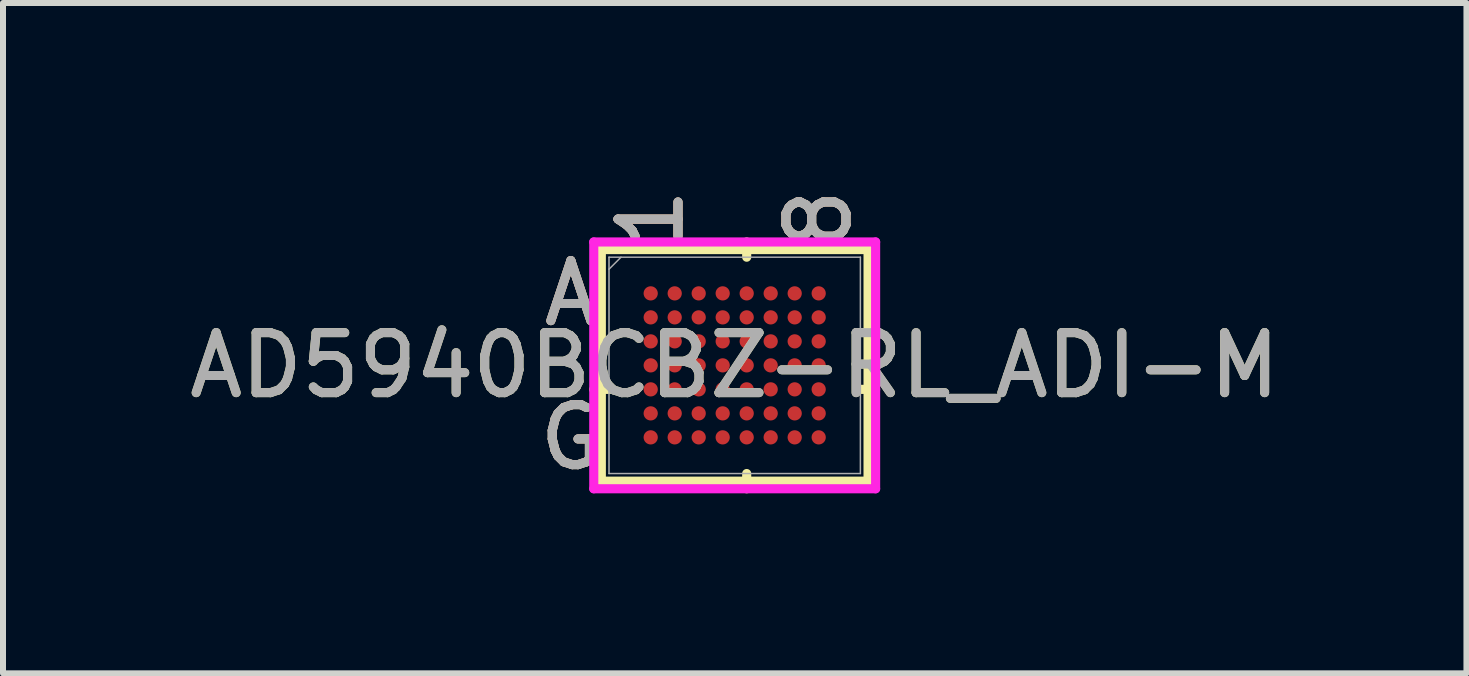
<source format=kicad_pcb>
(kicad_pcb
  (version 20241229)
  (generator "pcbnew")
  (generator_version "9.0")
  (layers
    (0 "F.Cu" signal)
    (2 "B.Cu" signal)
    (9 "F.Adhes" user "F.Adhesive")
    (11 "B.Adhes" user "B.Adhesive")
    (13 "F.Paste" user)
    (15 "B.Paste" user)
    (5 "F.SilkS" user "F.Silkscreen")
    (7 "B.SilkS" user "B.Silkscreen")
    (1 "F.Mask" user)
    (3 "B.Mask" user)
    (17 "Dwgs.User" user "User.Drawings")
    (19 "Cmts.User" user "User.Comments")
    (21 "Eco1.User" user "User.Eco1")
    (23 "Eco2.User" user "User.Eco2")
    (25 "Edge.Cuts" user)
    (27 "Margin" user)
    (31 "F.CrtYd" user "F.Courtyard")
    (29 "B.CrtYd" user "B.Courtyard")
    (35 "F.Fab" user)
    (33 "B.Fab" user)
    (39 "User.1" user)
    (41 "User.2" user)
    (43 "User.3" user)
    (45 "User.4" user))
  (footprint "AD5940BCBZ-RL_ADI-M"
    (layer "F.Cu")
    (at 9.196 3.04)
    (property "Reference" "AD5940BCBZ-RL_ADI-M" (at 0 0 0) (unlocked yes) (layer "F.SilkS") (effects (font (size 1 1) (thickness 0.15))))
    (attr smd)
    (fp_line (start -2.223 -1.93) (end -2.223 1.93) (stroke (width 0.152) (type solid)) (layer "F.SilkS"))
    (fp_line (start -2.223 1.93) (end 2.223 1.93) (stroke (width 0.152) (type solid)) (layer "F.SilkS"))
    (fp_line (start -2.095 0.4) (end -2.349 0.4) (stroke (width 0.152) (type solid)) (layer "F.SilkS"))
    (fp_line (start 0.2 -1.803) (end 0.2 -2.057) (stroke (width 0.152) (type solid)) (layer "F.SilkS"))
    (fp_line (start 0.2 1.803) (end 0.2 2.057) (stroke (width 0.152) (type solid)) (layer "F.SilkS"))
    (fp_line (start 2.095 0.4) (end 2.349 0.4) (stroke (width 0.152) (type solid)) (layer "F.SilkS"))
    (fp_line (start 2.223 -1.93) (end -2.223 -1.93) (stroke (width 0.152) (type solid)) (layer "F.SilkS"))
    (fp_line (start 2.223 1.93) (end 2.223 -1.93) (stroke (width 0.152) (type solid)) (layer "F.SilkS"))
    (fp_poly (pts (xy -2.045 -1.845) (xy 2.045 -1.845) (xy 2.045 1.845) (xy -2.045 1.845)) (stroke (width 0.1) (type solid)) (fill no) (layer "Eco2.User"))
    (fp_line (start -2.349 -2.057) (end 2.349 -2.057) (stroke (width 0.152) (type solid)) (layer "F.CrtYd"))
    (fp_line (start -2.349 2.057) (end -2.349 -2.057) (stroke (width 0.152) (type solid)) (layer "F.CrtYd"))
    (fp_line (start 2.349 -2.057) (end 2.349 2.057) (stroke (width 0.152) (type solid)) (layer "F.CrtYd"))
    (fp_line (start 2.349 2.057) (end -2.349 2.057) (stroke (width 0.152) (type solid)) (layer "F.CrtYd"))
    (fp_line (start -2.095 -1.803) (end -2.095 1.803) (stroke (width 0.025) (type solid)) (layer "F.Fab"))
    (fp_line (start -2.095 1.803) (end 2.095 1.803) (stroke (width 0.025) (type solid)) (layer "F.Fab"))
    (fp_line (start -1.895 -1.803) (end -2.095 -1.603) (stroke (width 0.025) (type solid)) (layer "F.Fab"))
    (fp_line (start 2.095 -1.803) (end -2.095 -1.803) (stroke (width 0.025) (type solid)) (layer "F.Fab"))
    (fp_line (start 2.095 1.803) (end 2.095 -1.803) (stroke (width 0.025) (type solid)) (layer "F.Fab"))
    (fp_text user "8" (at 1.4 -2.438 90) (unlocked yes) (layer "F.SilkS") (effects (font (size 1 1) (thickness 0.15))))
    (fp_text user "1" (at -1.4 -2.438 90) (unlocked yes) (layer "F.SilkS") (effects (font (size 1 1) (thickness 0.15))))
    (fp_text user "A" (at -2.731 -1.2 0) (unlocked yes) (layer "F.SilkS") (effects (font (size 1 1) (thickness 0.15))))
    (fp_text user "G" (at -2.731 1.2 0) (unlocked yes) (layer "F.SilkS") (effects (font (size 1 1) (thickness 0.15))))
    (fp_text user "G" (at -2.731 1.2 0) (unlocked yes) (layer "B.SilkS") (effects (font (size 1 1) (thickness 0.15))))
    (fp_text user "A" (at -2.731 -1.2 0) (unlocked yes) (layer "B.SilkS") (effects (font (size 1 1) (thickness 0.15))))
    (fp_text user "1" (at -1.4 -2.438 90) (unlocked yes) (layer "B.SilkS") (effects (font (size 1 1) (thickness 0.15))))
    (fp_text user "8" (at 1.4 -2.438 90) (unlocked yes) (layer "B.SilkS") (effects (font (size 1 1) (thickness 0.15))))
    (fp_text user "1" (at -1.4 -2.438 90) (unlocked yes) (layer "F.Fab") (effects (font (size 1 1) (thickness 0.15))))
    (fp_text user "G" (at -2.731 1.2 0) (unlocked yes) (layer "F.Fab") (effects (font (size 1 1) (thickness 0.15))))
    (fp_text user "A" (at -2.731 -1.2 0) (unlocked yes) (layer "F.Fab") (effects (font (size 1 1) (thickness 0.15))))
    (fp_text user "${REFERENCE}" (at 0 0 0) (unlocked yes) (layer "F.Fab") (effects (font (size 1 1) (thickness 0.15))))
    (fp_text user "8" (at 1.4 -2.438 90) (unlocked yes) (layer "F.Fab") (effects (font (size 1 1) (thickness 0.15))))
    (pad "A1" smd circle (at -1.4 -1.2) (size 0.237 0.237) (layers "F.Cu" "F.Mask" "F.Paste"))
    (pad "A2" smd circle (at -1 -1.2) (size 0.237 0.237) (layers "F.Cu" "F.Mask" "F.Paste"))
    (pad "A3" smd circle (at -0.6 -1.2) (size 0.237 0.237) (layers "F.Cu" "F.Mask" "F.Paste"))
    (pad "A4" smd circle (at -0.2 -1.2) (size 0.237 0.237) (layers "F.Cu" "F.Mask" "F.Paste"))
    (pad "A5" smd circle (at 0.2 -1.2) (size 0.237 0.237) (layers "F.Cu" "F.Mask" "F.Paste"))
    (pad "A6" smd circle (at 0.6 -1.2) (size 0.237 0.237) (layers "F.Cu" "F.Mask" "F.Paste"))
    (pad "A7" smd circle (at 1 -1.2) (size 0.237 0.237) (layers "F.Cu" "F.Mask" "F.Paste"))
    (pad "A8" smd circle (at 1.4 -1.2) (size 0.237 0.237) (layers "F.Cu" "F.Mask" "F.Paste"))
    (pad "B1" smd circle (at -1.4 -0.8) (size 0.237 0.237) (layers "F.Cu" "F.Mask" "F.Paste"))
    (pad "B2" smd circle (at -1 -0.8) (size 0.237 0.237) (layers "F.Cu" "F.Mask" "F.Paste"))
    (pad "B3" smd circle (at -0.6 -0.8) (size 0.237 0.237) (layers "F.Cu" "F.Mask" "F.Paste"))
    (pad "B4" smd circle (at -0.2 -0.8) (size 0.237 0.237) (layers "F.Cu" "F.Mask" "F.Paste"))
    (pad "B5" smd circle (at 0.2 -0.8) (size 0.237 0.237) (layers "F.Cu" "F.Mask" "F.Paste"))
    (pad "B6" smd circle (at 0.6 -0.8) (size 0.237 0.237) (layers "F.Cu" "F.Mask" "F.Paste"))
    (pad "B7" smd circle (at 1 -0.8) (size 0.237 0.237) (layers "F.Cu" "F.Mask" "F.Paste"))
    (pad "B8" smd circle (at 1.4 -0.8) (size 0.237 0.237) (layers "F.Cu" "F.Mask" "F.Paste"))
    (pad "C1" smd circle (at -1.4 -0.4) (size 0.237 0.237) (layers "F.Cu" "F.Mask" "F.Paste"))
    (pad "C2" smd circle (at -1 -0.4) (size 0.237 0.237) (layers "F.Cu" "F.Mask" "F.Paste"))
    (pad "C3" smd circle (at -0.6 -0.4) (size 0.237 0.237) (layers "F.Cu" "F.Mask" "F.Paste"))
    (pad "C4" smd circle (at -0.2 -0.4) (size 0.237 0.237) (layers "F.Cu" "F.Mask" "F.Paste"))
    (pad "C5" smd circle (at 0.2 -0.4) (size 0.237 0.237) (layers "F.Cu" "F.Mask" "F.Paste"))
    (pad "C6" smd circle (at 0.6 -0.4) (size 0.237 0.237) (layers "F.Cu" "F.Mask" "F.Paste"))
    (pad "C7" smd circle (at 1 -0.4) (size 0.237 0.237) (layers "F.Cu" "F.Mask" "F.Paste"))
    (pad "C8" smd circle (at 1.4 -0.4) (size 0.237 0.237) (layers "F.Cu" "F.Mask" "F.Paste"))
    (pad "D1" smd circle (at -1.4 0) (size 0.237 0.237) (layers "F.Cu" "F.Mask" "F.Paste"))
    (pad "D2" smd circle (at -1 0) (size 0.237 0.237) (layers "F.Cu" "F.Mask" "F.Paste"))
    (pad "D3" smd circle (at -0.6 0) (size 0.237 0.237) (layers "F.Cu" "F.Mask" "F.Paste"))
    (pad "D4" smd circle (at -0.2 0) (size 0.237 0.237) (layers "F.Cu" "F.Mask" "F.Paste"))
    (pad "D5" smd circle (at 0.2 0) (size 0.237 0.237) (layers "F.Cu" "F.Mask" "F.Paste"))
    (pad "D6" smd circle (at 0.6 0) (size 0.237 0.237) (layers "F.Cu" "F.Mask" "F.Paste"))
    (pad "D7" smd circle (at 1 0) (size 0.237 0.237) (layers "F.Cu" "F.Mask" "F.Paste"))
    (pad "D8" smd circle (at 1.4 0) (size 0.237 0.237) (layers "F.Cu" "F.Mask" "F.Paste"))
    (pad "E1" smd circle (at -1.4 0.4) (size 0.237 0.237) (layers "F.Cu" "F.Mask" "F.Paste"))
    (pad "E2" smd circle (at -1 0.4) (size 0.237 0.237) (layers "F.Cu" "F.Mask" "F.Paste"))
    (pad "E3" smd circle (at -0.6 0.4) (size 0.237 0.237) (layers "F.Cu" "F.Mask" "F.Paste"))
    (pad "E4" smd circle (at -0.2 0.4) (size 0.237 0.237) (layers "F.Cu" "F.Mask" "F.Paste"))
    (pad "E5" smd circle (at 0.2 0.4) (size 0.237 0.237) (layers "F.Cu" "F.Mask" "F.Paste"))
    (pad "E6" smd circle (at 0.6 0.4) (size 0.237 0.237) (layers "F.Cu" "F.Mask" "F.Paste"))
    (pad "E7" smd circle (at 1 0.4) (size 0.237 0.237) (layers "F.Cu" "F.Mask" "F.Paste"))
    (pad "E8" smd circle (at 1.4 0.4) (size 0.237 0.237) (layers "F.Cu" "F.Mask" "F.Paste"))
    (pad "F1" smd circle (at -1.4 0.8) (size 0.237 0.237) (layers "F.Cu" "F.Mask" "F.Paste"))
    (pad "F2" smd circle (at -1 0.8) (size 0.237 0.237) (layers "F.Cu" "F.Mask" "F.Paste"))
    (pad "F3" smd circle (at -0.6 0.8) (size 0.237 0.237) (layers "F.Cu" "F.Mask" "F.Paste"))
    (pad "F4" smd circle (at -0.2 0.8) (size 0.237 0.237) (layers "F.Cu" "F.Mask" "F.Paste"))
    (pad "F5" smd circle (at 0.2 0.8) (size 0.237 0.237) (layers "F.Cu" "F.Mask" "F.Paste"))
    (pad "F6" smd circle (at 0.6 0.8) (size 0.237 0.237) (layers "F.Cu" "F.Mask" "F.Paste"))
    (pad "F7" smd circle (at 1 0.8) (size 0.237 0.237) (layers "F.Cu" "F.Mask" "F.Paste"))
    (pad "F8" smd circle (at 1.4 0.8) (size 0.237 0.237) (layers "F.Cu" "F.Mask" "F.Paste"))
    (pad "G1" smd circle (at -1.4 1.2) (size 0.237 0.237) (layers "F.Cu" "F.Mask" "F.Paste"))
    (pad "G2" smd circle (at -1 1.2) (size 0.237 0.237) (layers "F.Cu" "F.Mask" "F.Paste"))
    (pad "G3" smd circle (at -0.6 1.2) (size 0.237 0.237) (layers "F.Cu" "F.Mask" "F.Paste"))
    (pad "G4" smd circle (at -0.2 1.2) (size 0.237 0.237) (layers "F.Cu" "F.Mask" "F.Paste"))
    (pad "G5" smd circle (at 0.2 1.2) (size 0.237 0.237) (layers "F.Cu" "F.Mask" "F.Paste"))
    (pad "G6" smd circle (at 0.6 1.2) (size 0.237 0.237) (layers "F.Cu" "F.Mask" "F.Paste"))
    (pad "G7" smd circle (at 1 1.2) (size 0.237 0.237) (layers "F.Cu" "F.Mask" "F.Paste"))
    (pad "G8" smd circle (at 1.4 1.2) (size 0.237 0.237) (layers "F.Cu" "F.Mask" "F.Paste")))
  (gr_rect
    (start -3 -3)
    (end 21.393 8.173)
    (stroke (width 0.1) (type default))
    (fill no)
    (layer "Edge.Cuts")))
</source>
